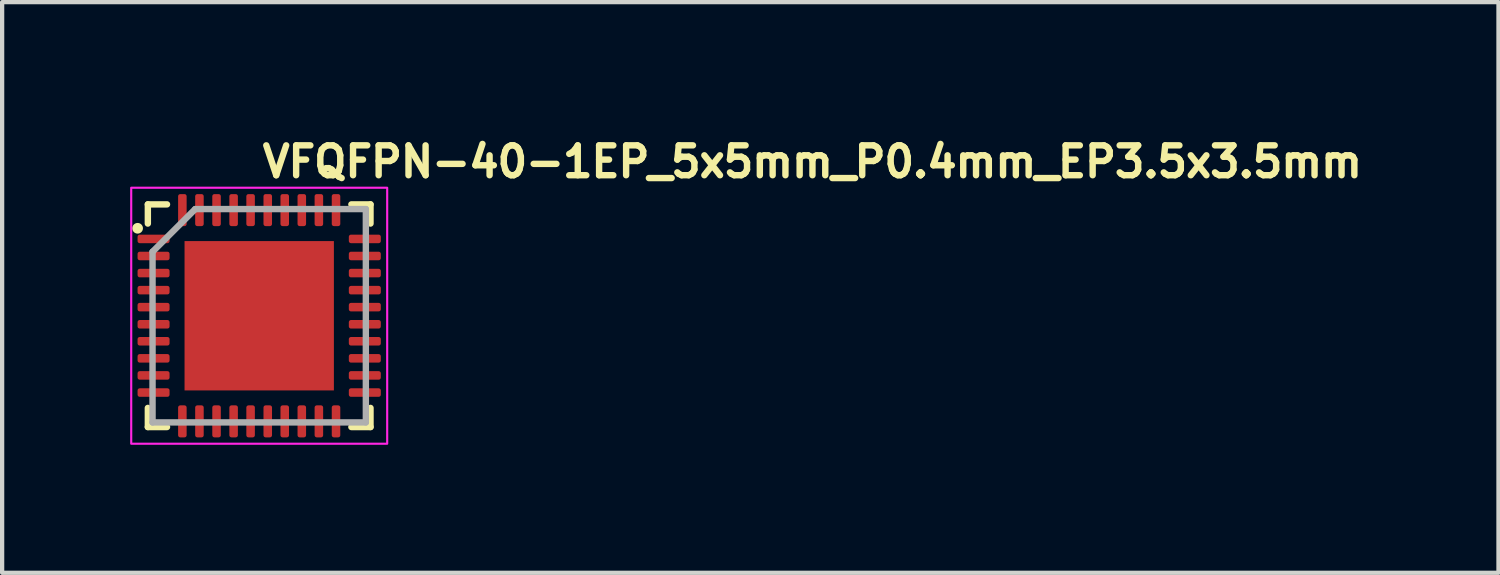
<source format=kicad_pcb>
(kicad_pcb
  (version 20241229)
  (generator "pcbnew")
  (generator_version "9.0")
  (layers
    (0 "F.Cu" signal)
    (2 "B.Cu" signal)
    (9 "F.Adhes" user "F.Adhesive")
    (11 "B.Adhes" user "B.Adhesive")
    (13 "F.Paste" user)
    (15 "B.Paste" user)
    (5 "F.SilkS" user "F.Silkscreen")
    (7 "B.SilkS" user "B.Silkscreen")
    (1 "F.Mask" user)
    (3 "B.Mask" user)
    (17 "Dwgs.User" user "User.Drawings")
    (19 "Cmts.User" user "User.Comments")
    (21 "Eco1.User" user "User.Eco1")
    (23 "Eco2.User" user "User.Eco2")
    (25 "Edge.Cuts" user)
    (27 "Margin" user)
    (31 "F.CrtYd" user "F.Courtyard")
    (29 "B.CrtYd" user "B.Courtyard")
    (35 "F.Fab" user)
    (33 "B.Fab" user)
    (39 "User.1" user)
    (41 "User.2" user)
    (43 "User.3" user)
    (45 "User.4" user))
  (footprint "VFQFPN-40-1EP_5x5mm_P0.4mm_EP3.5x3.5mm"
    (layer "F.Cu")
    (at 3.025 4.35)
    (property "Reference" "VFQFPN-40-1EP_5x5mm_P0.4mm_EP3.5x3.5mm" (at 0 -3.2 0) (layer "F.SilkS") (effects (font (size 0.7 0.7) (thickness 0.15)) (justify left bottom)))
    (attr smd)
    (fp_line (start -2.61 -2.161) (end -2.61 -2.61) (stroke (width 0.15) (type solid)) (layer "F.SilkS"))
    (fp_line (start -2.61 2.608) (end -2.61 2.16) (stroke (width 0.15) (type solid)) (layer "F.SilkS"))
    (fp_line (start -2.161 -2.61) (end -2.61 -2.61) (stroke (width 0.15) (type solid)) (layer "F.SilkS"))
    (fp_line (start -2.161 2.608) (end -2.61 2.608) (stroke (width 0.15) (type solid)) (layer "F.SilkS"))
    (fp_line (start 2.16 -2.61) (end 2.608 -2.61) (stroke (width 0.15) (type solid)) (layer "F.SilkS"))
    (fp_line (start 2.16 2.608) (end 2.608 2.608) (stroke (width 0.15) (type solid)) (layer "F.SilkS"))
    (fp_line (start 2.608 -2.61) (end 2.608 -2.161) (stroke (width 0.15) (type solid)) (layer "F.SilkS"))
    (fp_line (start 2.608 2.608) (end 2.608 2.16) (stroke (width 0.15) (type solid)) (layer "F.SilkS"))
    (fp_circle (center -2.85 -2.05) (end -2.8 -2.05) (stroke (width 0.15) (type solid)) (fill yes) (layer "F.SilkS"))
    (fp_rect (start -3 -3) (end 2.999 2.999) (stroke (width 0.05) (type solid)) (fill no) (layer "F.CrtYd"))
    (fp_line (start -2.5 -1.5) (end -1.5 -2.5) (stroke (width 0.15) (type solid)) (layer "F.Fab"))
    (fp_line (start -2.5 2.499) (end -2.5 -1.5) (stroke (width 0.15) (type solid)) (layer "F.Fab"))
    (fp_line (start -1.5 -2.5) (end 2.499 -2.5) (stroke (width 0.15) (type solid)) (layer "F.Fab"))
    (fp_line (start 2.499 -2.5) (end 2.499 2.499) (stroke (width 0.15) (type solid)) (layer "F.Fab"))
    (fp_line (start 2.499 2.499) (end -2.5 2.499) (stroke (width 0.15) (type solid)) (layer "F.Fab"))
    (fp_rect (start -2.5 -2.5) (end 2.499 2.499) (stroke (width 0.1) (type solid)) (fill no) (layer "User.5"))
    (fp_line (start -2.5 -1.901) (end -2.5 -1.7) (stroke (width 0.02) (type solid)) (layer "User.9"))
    (fp_line (start -2.5 -1.7) (end -2.492 -1.7) (stroke (width 0.02) (type solid)) (layer "User.9"))
    (fp_line (start -2.5 -1.5) (end -2.5 -1.301) (stroke (width 0.02) (type solid)) (layer "User.9"))
    (fp_line (start -2.5 -1.301) (end -2.492 -1.301) (stroke (width 0.02) (type solid)) (layer "User.9"))
    (fp_line (start -2.5 -1.101) (end -2.5 -0.902) (stroke (width 0.02) (type solid)) (layer "User.9"))
    (fp_line (start -2.5 -0.902) (end -2.492 -0.902) (stroke (width 0.02) (type solid)) (layer "User.9"))
    (fp_line (start -2.5 -0.701) (end -2.5 -0.5) (stroke (width 0.02) (type solid)) (layer "User.9"))
    (fp_line (start -2.5 -0.5) (end -2.492 -0.5) (stroke (width 0.02) (type solid)) (layer "User.9"))
    (fp_line (start -2.5 -0.3) (end -2.5 -0.102) (stroke (width 0.02) (type solid)) (layer "User.9"))
    (fp_line (start -2.5 -0.102) (end -2.492 -0.102) (stroke (width 0.02) (type solid)) (layer "User.9"))
    (fp_line (start -2.5 0.1) (end -2.5 0.298) (stroke (width 0.02) (type solid)) (layer "User.9"))
    (fp_line (start -2.5 0.298) (end -2.492 0.298) (stroke (width 0.02) (type solid)) (layer "User.9"))
    (fp_line (start -2.5 0.498) (end -2.5 0.699) (stroke (width 0.02) (type solid)) (layer "User.9"))
    (fp_line (start -2.5 0.699) (end -2.492 0.699) (stroke (width 0.02) (type solid)) (layer "User.9"))
    (fp_line (start -2.5 0.9) (end -2.5 1.1) (stroke (width 0.02) (type solid)) (layer "User.9"))
    (fp_line (start -2.5 1.1) (end -2.492 1.1) (stroke (width 0.02) (type solid)) (layer "User.9"))
    (fp_line (start -2.5 1.3) (end -2.5 1.499) (stroke (width 0.02) (type solid)) (layer "User.9"))
    (fp_line (start -2.5 1.499) (end -2.492 1.499) (stroke (width 0.02) (type solid)) (layer "User.9"))
    (fp_line (start -2.5 1.699) (end -2.5 1.898) (stroke (width 0.02) (type solid)) (layer "User.9"))
    (fp_line (start -2.5 1.898) (end -2.492 1.898) (stroke (width 0.02) (type solid)) (layer "User.9"))
    (fp_line (start -2.492 -2.492) (end -2.492 2.49) (stroke (width 0.02) (type solid)) (layer "User.9"))
    (fp_line (start -2.492 -2.492) (end 2.49 -2.492) (stroke (width 0.02) (type solid)) (layer "User.9"))
    (fp_line (start -2.492 -1.901) (end -2.5 -1.901) (stroke (width 0.02) (type solid)) (layer "User.9"))
    (fp_line (start -2.492 -1.5) (end -2.5 -1.5) (stroke (width 0.02) (type solid)) (layer "User.9"))
    (fp_line (start -2.492 -1.101) (end -2.5 -1.101) (stroke (width 0.02) (type solid)) (layer "User.9"))
    (fp_line (start -2.492 -0.701) (end -2.5 -0.701) (stroke (width 0.02) (type solid)) (layer "User.9"))
    (fp_line (start -2.492 -0.3) (end -2.5 -0.3) (stroke (width 0.02) (type solid)) (layer "User.9"))
    (fp_line (start -2.492 0.1) (end -2.5 0.1) (stroke (width 0.02) (type solid)) (layer "User.9"))
    (fp_line (start -2.492 0.498) (end -2.5 0.498) (stroke (width 0.02) (type solid)) (layer "User.9"))
    (fp_line (start -2.492 0.9) (end -2.5 0.9) (stroke (width 0.02) (type solid)) (layer "User.9"))
    (fp_line (start -2.492 1.3) (end -2.5 1.3) (stroke (width 0.02) (type solid)) (layer "User.9"))
    (fp_line (start -2.492 1.699) (end -2.5 1.699) (stroke (width 0.02) (type solid)) (layer "User.9"))
    (fp_line (start -2.492 2.49) (end 2.49 2.49) (stroke (width 0.02) (type solid)) (layer "User.9"))
    (fp_line (start -2.05 -1.813) (end -2.05 -1.801) (stroke (width 0.02) (type solid)) (layer "User.9"))
    (fp_line (start -2.05 -1.801) (end -2.05 -1.801) (stroke (width 0.02) (type solid)) (layer "User.9"))
    (fp_line (start -2.05 -1.801) (end -2.05 -1.788) (stroke (width 0.02) (type solid)) (layer "User.9"))
    (fp_line (start -2.05 -1.788) (end -2.049 -1.776) (stroke (width 0.02) (type solid)) (layer "User.9"))
    (fp_line (start -2.049 -1.827) (end -2.05 -1.813) (stroke (width 0.02) (type solid)) (layer "User.9"))
    (fp_line (start -2.049 -1.776) (end -2.048 -1.762) (stroke (width 0.02) (type solid)) (layer "User.9"))
    (fp_line (start -2.048 -1.839) (end -2.049 -1.827) (stroke (width 0.02) (type solid)) (layer "User.9"))
    (fp_line (start -2.048 -1.762) (end -2.045 -1.75) (stroke (width 0.02) (type solid)) (layer "User.9"))
    (fp_line (start -2.045 -1.851) (end -2.048 -1.839) (stroke (width 0.02) (type solid)) (layer "User.9"))
    (fp_line (start -2.045 -1.75) (end -2.044 -1.738) (stroke (width 0.02) (type solid)) (layer "User.9"))
    (fp_line (start -2.044 -1.863) (end -2.045 -1.851) (stroke (width 0.02) (type solid)) (layer "User.9"))
    (fp_line (start -2.044 -1.738) (end -2.04 -1.726) (stroke (width 0.02) (type solid)) (layer "User.9"))
    (fp_line (start -2.04 -1.875) (end -2.044 -1.863) (stroke (width 0.02) (type solid)) (layer "User.9"))
    (fp_line (start -2.04 -1.726) (end -2.036 -1.716) (stroke (width 0.02) (type solid)) (layer "User.9"))
    (fp_line (start -2.036 -1.887) (end -2.04 -1.875) (stroke (width 0.02) (type solid)) (layer "User.9"))
    (fp_line (start -2.036 -1.716) (end -2.032 -1.704) (stroke (width 0.02) (type solid)) (layer "User.9"))
    (fp_line (start -2.032 -1.899) (end -2.036 -1.887) (stroke (width 0.02) (type solid)) (layer "User.9"))
    (fp_line (start -2.032 -1.704) (end -2.027 -1.692) (stroke (width 0.02) (type solid)) (layer "User.9"))
    (fp_line (start -2.027 -1.909) (end -2.032 -1.899) (stroke (width 0.02) (type solid)) (layer "User.9"))
    (fp_line (start -2.027 -1.692) (end -2.02 -1.682) (stroke (width 0.02) (type solid)) (layer "User.9"))
    (fp_line (start -2.02 -1.92) (end -2.027 -1.909) (stroke (width 0.02) (type solid)) (layer "User.9"))
    (fp_line (start -2.02 -1.682) (end -2.015 -1.672) (stroke (width 0.02) (type solid)) (layer "User.9"))
    (fp_line (start -2.015 -1.93) (end -2.02 -1.92) (stroke (width 0.02) (type solid)) (layer "User.9"))
    (fp_line (start -2.015 -1.672) (end -2.008 -1.661) (stroke (width 0.02) (type solid)) (layer "User.9"))
    (fp_line (start -2.008 -1.94) (end -2.015 -1.93) (stroke (width 0.02) (type solid)) (layer "User.9"))
    (fp_line (start -2.008 -1.661) (end -2.001 -1.651) (stroke (width 0.02) (type solid)) (layer "User.9"))
    (fp_line (start -2.001 -1.95) (end -2.008 -1.94) (stroke (width 0.02) (type solid)) (layer "User.9"))
    (fp_line (start -2.001 -1.651) (end -1.994 -1.641) (stroke (width 0.02) (type solid)) (layer "User.9"))
    (fp_line (start -1.994 -1.96) (end -2.001 -1.95) (stroke (width 0.02) (type solid)) (layer "User.9"))
    (fp_line (start -1.994 -1.641) (end -1.986 -1.633) (stroke (width 0.02) (type solid)) (layer "User.9"))
    (fp_line (start -1.986 -1.97) (end -1.994 -1.96) (stroke (width 0.02) (type solid)) (layer "User.9"))
    (fp_line (start -1.986 -1.633) (end -1.978 -1.625) (stroke (width 0.02) (type solid)) (layer "User.9"))
    (fp_line (start -1.978 -1.978) (end -1.986 -1.97) (stroke (width 0.02) (type solid)) (layer "User.9"))
    (fp_line (start -1.978 -1.625) (end -1.97 -1.615) (stroke (width 0.02) (type solid)) (layer "User.9"))
    (fp_line (start -1.97 -1.986) (end -1.978 -1.978) (stroke (width 0.02) (type solid)) (layer "User.9"))
    (fp_line (start -1.97 -1.615) (end -1.96 -1.609) (stroke (width 0.02) (type solid)) (layer "User.9"))
    (fp_line (start -1.96 -1.994) (end -1.97 -1.986) (stroke (width 0.02) (type solid)) (layer "User.9"))
    (fp_line (start -1.96 -1.609) (end -1.95 -1.601) (stroke (width 0.02) (type solid)) (layer "User.9"))
    (fp_line (start -1.95 -2.001) (end -1.96 -1.994) (stroke (width 0.02) (type solid)) (layer "User.9"))
    (fp_line (start -1.95 -1.601) (end -1.94 -1.593) (stroke (width 0.02) (type solid)) (layer "User.9"))
    (fp_line (start -1.94 -2.008) (end -1.95 -2.001) (stroke (width 0.02) (type solid)) (layer "User.9"))
    (fp_line (start -1.94 -1.593) (end -1.93 -1.587) (stroke (width 0.02) (type solid)) (layer "User.9"))
    (fp_line (start -1.93 -2.015) (end -1.94 -2.008) (stroke (width 0.02) (type solid)) (layer "User.9"))
    (fp_line (start -1.93 -1.587) (end -1.92 -1.581) (stroke (width 0.02) (type solid)) (layer "User.9"))
    (fp_line (start -1.92 -2.02) (end -1.93 -2.015) (stroke (width 0.02) (type solid)) (layer "User.9"))
    (fp_line (start -1.92 -1.581) (end -1.909 -1.575) (stroke (width 0.02) (type solid)) (layer "User.9"))
    (fp_line (start -1.909 -2.027) (end -1.92 -2.02) (stroke (width 0.02) (type solid)) (layer "User.9"))
    (fp_line (start -1.909 -1.575) (end -1.899 -1.571) (stroke (width 0.02) (type solid)) (layer "User.9"))
    (fp_line (start -1.901 -2.5) (end -1.901 -2.492) (stroke (width 0.02) (type solid)) (layer "User.9"))
    (fp_line (start -1.901 2.49) (end -1.901 2.499) (stroke (width 0.02) (type solid)) (layer "User.9"))
    (fp_line (start -1.901 2.499) (end -1.7 2.499) (stroke (width 0.02) (type solid)) (layer "User.9"))
    (fp_line (start -1.899 -2.032) (end -1.909 -2.027) (stroke (width 0.02) (type solid)) (layer "User.9"))
    (fp_line (start -1.899 -1.571) (end -1.887 -1.567) (stroke (width 0.02) (type solid)) (layer "User.9"))
    (fp_line (start -1.887 -2.036) (end -1.899 -2.032) (stroke (width 0.02) (type solid)) (layer "User.9"))
    (fp_line (start -1.887 -1.567) (end -1.875 -1.563) (stroke (width 0.02) (type solid)) (layer "User.9"))
    (fp_line (start -1.875 -2.04) (end -1.887 -2.036) (stroke (width 0.02) (type solid)) (layer "User.9"))
    (fp_line (start -1.875 -1.563) (end -1.863 -1.559) (stroke (width 0.02) (type solid)) (layer "User.9"))
    (fp_line (start -1.863 -2.044) (end -1.875 -2.04) (stroke (width 0.02) (type solid)) (layer "User.9"))
    (fp_line (start -1.863 -1.559) (end -1.851 -1.557) (stroke (width 0.02) (type solid)) (layer "User.9"))
    (fp_line (start -1.851 -2.045) (end -1.863 -2.044) (stroke (width 0.02) (type solid)) (layer "User.9"))
    (fp_line (start -1.851 -1.557) (end -1.839 -1.553) (stroke (width 0.02) (type solid)) (layer "User.9"))
    (fp_line (start -1.839 -2.048) (end -1.851 -2.045) (stroke (width 0.02) (type solid)) (layer "User.9"))
    (fp_line (start -1.839 -1.553) (end -1.827 -1.553) (stroke (width 0.02) (type solid)) (layer "User.9"))
    (fp_line (start -1.827 -2.049) (end -1.839 -2.048) (stroke (width 0.02) (type solid)) (layer "User.9"))
    (fp_line (start -1.827 -1.553) (end -1.813 -1.551) (stroke (width 0.02) (type solid)) (layer "User.9"))
    (fp_line (start -1.813 -2.05) (end -1.827 -2.049) (stroke (width 0.02) (type solid)) (layer "User.9"))
    (fp_line (start -1.813 -1.551) (end -1.801 -1.551) (stroke (width 0.02) (type solid)) (layer "User.9"))
    (fp_line (start -1.801 -2.05) (end -1.813 -2.05) (stroke (width 0.02) (type solid)) (layer "User.9"))
    (fp_line (start -1.801 -2.05) (end -1.801 -2.05) (stroke (width 0.02) (type solid)) (layer "User.9"))
    (fp_line (start -1.801 -1.551) (end -1.801 -1.551) (stroke (width 0.02) (type solid)) (layer "User.9"))
    (fp_line (start -1.801 -1.551) (end -1.788 -1.551) (stroke (width 0.02) (type solid)) (layer "User.9"))
    (fp_line (start -1.788 -2.05) (end -1.801 -2.05) (stroke (width 0.02) (type solid)) (layer "User.9"))
    (fp_line (start -1.788 -1.551) (end -1.776 -1.553) (stroke (width 0.02) (type solid)) (layer "User.9"))
    (fp_line (start -1.776 -2.049) (end -1.788 -2.05) (stroke (width 0.02) (type solid)) (layer "User.9"))
    (fp_line (start -1.776 -1.553) (end -1.762 -1.553) (stroke (width 0.02) (type solid)) (layer "User.9"))
    (fp_line (start -1.762 -2.048) (end -1.776 -2.049) (stroke (width 0.02) (type solid)) (layer "User.9"))
    (fp_line (start -1.762 -1.553) (end -1.75 -1.557) (stroke (width 0.02) (type solid)) (layer "User.9"))
    (fp_line (start -1.75 -2.045) (end -1.762 -2.048) (stroke (width 0.02) (type solid)) (layer "User.9"))
    (fp_line (start -1.75 -1.557) (end -1.738 -1.559) (stroke (width 0.02) (type solid)) (layer "User.9"))
    (fp_line (start -1.738 -2.044) (end -1.75 -2.045) (stroke (width 0.02) (type solid)) (layer "User.9"))
    (fp_line (start -1.738 -1.559) (end -1.726 -1.563) (stroke (width 0.02) (type solid)) (layer "User.9"))
    (fp_line (start -1.726 -2.04) (end -1.738 -2.044) (stroke (width 0.02) (type solid)) (layer "User.9"))
    (fp_line (start -1.726 -1.563) (end -1.716 -1.567) (stroke (width 0.02) (type solid)) (layer "User.9"))
    (fp_line (start -1.716 -2.036) (end -1.726 -2.04) (stroke (width 0.02) (type solid)) (layer "User.9"))
    (fp_line (start -1.716 -1.567) (end -1.704 -1.571) (stroke (width 0.02) (type solid)) (layer "User.9"))
    (fp_line (start -1.704 -2.032) (end -1.716 -2.036) (stroke (width 0.02) (type solid)) (layer "User.9"))
    (fp_line (start -1.704 -1.571) (end -1.692 -1.575) (stroke (width 0.02) (type solid)) (layer "User.9"))
    (fp_line (start -1.7 -2.5) (end -1.901 -2.5) (stroke (width 0.02) (type solid)) (layer "User.9"))
    (fp_line (start -1.7 -2.492) (end -1.7 -2.5) (stroke (width 0.02) (type solid)) (layer "User.9"))
    (fp_line (start -1.7 2.499) (end -1.7 2.49) (stroke (width 0.02) (type solid)) (layer "User.9"))
    (fp_line (start -1.692 -2.027) (end -1.704 -2.032) (stroke (width 0.02) (type solid)) (layer "User.9"))
    (fp_line (start -1.692 -1.575) (end -1.682 -1.581) (stroke (width 0.02) (type solid)) (layer "User.9"))
    (fp_line (start -1.682 -2.02) (end -1.692 -2.027) (stroke (width 0.02) (type solid)) (layer "User.9"))
    (fp_line (start -1.682 -1.581) (end -1.672 -1.587) (stroke (width 0.02) (type solid)) (layer "User.9"))
    (fp_line (start -1.672 -2.015) (end -1.682 -2.02) (stroke (width 0.02) (type solid)) (layer "User.9"))
    (fp_line (start -1.672 -1.587) (end -1.661 -1.593) (stroke (width 0.02) (type solid)) (layer "User.9"))
    (fp_line (start -1.661 -2.008) (end -1.672 -2.015) (stroke (width 0.02) (type solid)) (layer "User.9"))
    (fp_line (start -1.661 -1.593) (end -1.651 -1.601) (stroke (width 0.02) (type solid)) (layer "User.9"))
    (fp_line (start -1.651 -2.001) (end -1.661 -2.008) (stroke (width 0.02) (type solid)) (layer "User.9"))
    (fp_line (start -1.651 -1.601) (end -1.641 -1.609) (stroke (width 0.02) (type solid)) (layer "User.9"))
    (fp_line (start -1.641 -1.994) (end -1.651 -2.001) (stroke (width 0.02) (type solid)) (layer "User.9"))
    (fp_line (start -1.641 -1.609) (end -1.633 -1.615) (stroke (width 0.02) (type solid)) (layer "User.9"))
    (fp_line (start -1.633 -1.986) (end -1.641 -1.994) (stroke (width 0.02) (type solid)) (layer "User.9"))
    (fp_line (start -1.633 -1.615) (end -1.625 -1.625) (stroke (width 0.02) (type solid)) (layer "User.9"))
    (fp_line (start -1.625 -1.978) (end -1.633 -1.986) (stroke (width 0.02) (type solid)) (layer "User.9"))
    (fp_line (start -1.625 -1.625) (end -1.615 -1.633) (stroke (width 0.02) (type solid)) (layer "User.9"))
    (fp_line (start -1.615 -1.97) (end -1.625 -1.978) (stroke (width 0.02) (type solid)) (layer "User.9"))
    (fp_line (start -1.615 -1.633) (end -1.609 -1.641) (stroke (width 0.02) (type solid)) (layer "User.9"))
    (fp_line (start -1.609 -1.96) (end -1.615 -1.97) (stroke (width 0.02) (type solid)) (layer "User.9"))
    (fp_line (start -1.609 -1.641) (end -1.601 -1.651) (stroke (width 0.02) (type solid)) (layer "User.9"))
    (fp_line (start -1.601 -1.95) (end -1.609 -1.96) (stroke (width 0.02) (type solid)) (layer "User.9"))
    (fp_line (start -1.601 -1.651) (end -1.593 -1.661) (stroke (width 0.02) (type solid)) (layer "User.9"))
    (fp_line (start -1.593 -1.94) (end -1.601 -1.95) (stroke (width 0.02) (type solid)) (layer "User.9"))
    (fp_line (start -1.593 -1.661) (end -1.587 -1.672) (stroke (width 0.02) (type solid)) (layer "User.9"))
    (fp_line (start -1.587 -1.93) (end -1.593 -1.94) (stroke (width 0.02) (type solid)) (layer "User.9"))
    (fp_line (start -1.587 -1.672) (end -1.581 -1.682) (stroke (width 0.02) (type solid)) (layer "User.9"))
    (fp_line (start -1.581 -1.92) (end -1.587 -1.93) (stroke (width 0.02) (type solid)) (layer "User.9"))
    (fp_line (start -1.581 -1.682) (end -1.575 -1.692) (stroke (width 0.02) (type solid)) (layer "User.9"))
    (fp_line (start -1.575 -1.909) (end -1.581 -1.92) (stroke (width 0.02) (type solid)) (layer "User.9"))
    (fp_line (start -1.575 -1.692) (end -1.571 -1.704) (stroke (width 0.02) (type solid)) (layer "User.9"))
    (fp_line (start -1.571 -1.899) (end -1.575 -1.909) (stroke (width 0.02) (type solid)) (layer "User.9"))
    (fp_line (start -1.571 -1.704) (end -1.567 -1.716) (stroke (width 0.02) (type solid)) (layer "User.9"))
    (fp_line (start -1.567 -1.887) (end -1.571 -1.899) (stroke (width 0.02) (type solid)) (layer "User.9"))
    (fp_line (start -1.567 -1.716) (end -1.563 -1.726) (stroke (width 0.02) (type solid)) (layer "User.9"))
    (fp_line (start -1.563 -1.875) (end -1.567 -1.887) (stroke (width 0.02) (type solid)) (layer "User.9"))
    (fp_line (start -1.563 -1.726) (end -1.559 -1.738) (stroke (width 0.02) (type solid)) (layer "User.9"))
    (fp_line (start -1.559 -1.863) (end -1.563 -1.875) (stroke (width 0.02) (type solid)) (layer "User.9"))
    (fp_line (start -1.559 -1.738) (end -1.557 -1.75) (stroke (width 0.02) (type solid)) (layer "User.9"))
    (fp_line (start -1.557 -1.851) (end -1.559 -1.863) (stroke (width 0.02) (type solid)) (layer "User.9"))
    (fp_line (start -1.557 -1.75) (end -1.553 -1.762) (stroke (width 0.02) (type solid)) (layer "User.9"))
    (fp_line (start -1.553 -1.839) (end -1.557 -1.851) (stroke (width 0.02) (type solid)) (layer "User.9"))
    (fp_line (start -1.553 -1.827) (end -1.553 -1.839) (stroke (width 0.02) (type solid)) (layer "User.9"))
    (fp_line (start -1.553 -1.776) (end -1.551 -1.788) (stroke (width 0.02) (type solid)) (layer "User.9"))
    (fp_line (start -1.553 -1.762) (end -1.553 -1.776) (stroke (width 0.02) (type solid)) (layer "User.9"))
    (fp_line (start -1.551 -1.813) (end -1.553 -1.827) (stroke (width 0.02) (type solid)) (layer "User.9"))
    (fp_line (start -1.551 -1.801) (end -1.551 -1.813) (stroke (width 0.02) (type solid)) (layer "User.9"))
    (fp_line (start -1.551 -1.801) (end -1.551 -1.801) (stroke (width 0.02) (type solid)) (layer "User.9"))
    (fp_line (start -1.551 -1.801) (end -1.551 -1.801) (stroke (width 0.02) (type solid)) (layer "User.9"))
    (fp_line (start -1.551 -1.788) (end -1.551 -1.801) (stroke (width 0.02) (type solid)) (layer "User.9"))
    (fp_line (start -1.5 -2.5) (end -1.5 -2.492) (stroke (width 0.02) (type solid)) (layer "User.9"))
    (fp_line (start -1.5 2.49) (end -1.5 2.499) (stroke (width 0.02) (type solid)) (layer "User.9"))
    (fp_line (start -1.5 2.499) (end -1.301 2.499) (stroke (width 0.02) (type solid)) (layer "User.9"))
    (fp_line (start -1.301 -2.5) (end -1.5 -2.5) (stroke (width 0.02) (type solid)) (layer "User.9"))
    (fp_line (start -1.301 -2.492) (end -1.301 -2.5) (stroke (width 0.02) (type solid)) (layer "User.9"))
    (fp_line (start -1.301 2.499) (end -1.301 2.49) (stroke (width 0.02) (type solid)) (layer "User.9"))
    (fp_line (start -1.101 -2.5) (end -1.101 -2.492) (stroke (width 0.02) (type solid)) (layer "User.9"))
    (fp_line (start -1.101 2.49) (end -1.101 2.499) (stroke (width 0.02) (type solid)) (layer "User.9"))
    (fp_line (start -1.101 2.499) (end -0.902 2.499) (stroke (width 0.02) (type solid)) (layer "User.9"))
    (fp_line (start -0.902 -2.5) (end -1.101 -2.5) (stroke (width 0.02) (type solid)) (layer "User.9"))
    (fp_line (start -0.902 -2.492) (end -0.902 -2.5) (stroke (width 0.02) (type solid)) (layer "User.9"))
    (fp_line (start -0.902 2.499) (end -0.902 2.49) (stroke (width 0.02) (type solid)) (layer "User.9"))
    (fp_line (start -0.701 -2.5) (end -0.701 -2.492) (stroke (width 0.02) (type solid)) (layer "User.9"))
    (fp_line (start -0.701 2.49) (end -0.701 2.499) (stroke (width 0.02) (type solid)) (layer "User.9"))
    (fp_line (start -0.701 2.499) (end -0.5 2.499) (stroke (width 0.02) (type solid)) (layer "User.9"))
    (fp_line (start -0.5 -2.5) (end -0.701 -2.5) (stroke (width 0.02) (type solid)) (layer "User.9"))
    (fp_line (start -0.5 -2.492) (end -0.5 -2.5) (stroke (width 0.02) (type solid)) (layer "User.9"))
    (fp_line (start -0.5 2.499) (end -0.5 2.49) (stroke (width 0.02) (type solid)) (layer "User.9"))
    (fp_line (start -0.3 -2.5) (end -0.3 -2.492) (stroke (width 0.02) (type solid)) (layer "User.9"))
    (fp_line (start -0.3 2.49) (end -0.3 2.499) (stroke (width 0.02) (type solid)) (layer "User.9"))
    (fp_line (start -0.3 2.499) (end -0.102 2.499) (stroke (width 0.02) (type solid)) (layer "User.9"))
    (fp_line (start -0.102 -2.5) (end -0.3 -2.5) (stroke (width 0.02) (type solid)) (layer "User.9"))
    (fp_line (start -0.102 -2.492) (end -0.102 -2.5) (stroke (width 0.02) (type solid)) (layer "User.9"))
    (fp_line (start -0.102 2.499) (end -0.102 2.49) (stroke (width 0.02) (type solid)) (layer "User.9"))
    (fp_line (start 0.1 -2.5) (end 0.1 -2.492) (stroke (width 0.02) (type solid)) (layer "User.9"))
    (fp_line (start 0.1 2.49) (end 0.1 2.499) (stroke (width 0.02) (type solid)) (layer "User.9"))
    (fp_line (start 0.1 2.499) (end 0.298 2.499) (stroke (width 0.02) (type solid)) (layer "User.9"))
    (fp_line (start 0.298 -2.5) (end 0.1 -2.5) (stroke (width 0.02) (type solid)) (layer "User.9"))
    (fp_line (start 0.298 -2.492) (end 0.298 -2.5) (stroke (width 0.02) (type solid)) (layer "User.9"))
    (fp_line (start 0.298 2.499) (end 0.298 2.49) (stroke (width 0.02) (type solid)) (layer "User.9"))
    (fp_line (start 0.498 -2.5) (end 0.498 -2.492) (stroke (width 0.02) (type solid)) (layer "User.9"))
    (fp_line (start 0.498 2.49) (end 0.498 2.499) (stroke (width 0.02) (type solid)) (layer "User.9"))
    (fp_line (start 0.498 2.499) (end 0.699 2.499) (stroke (width 0.02) (type solid)) (layer "User.9"))
    (fp_line (start 0.699 -2.5) (end 0.498 -2.5) (stroke (width 0.02) (type solid)) (layer "User.9"))
    (fp_line (start 0.699 -2.492) (end 0.699 -2.5) (stroke (width 0.02) (type solid)) (layer "User.9"))
    (fp_line (start 0.699 2.499) (end 0.699 2.49) (stroke (width 0.02) (type solid)) (layer "User.9"))
    (fp_line (start 0.9 -2.5) (end 0.9 -2.492) (stroke (width 0.02) (type solid)) (layer "User.9"))
    (fp_line (start 0.9 2.49) (end 0.9 2.499) (stroke (width 0.02) (type solid)) (layer "User.9"))
    (fp_line (start 0.9 2.499) (end 1.1 2.499) (stroke (width 0.02) (type solid)) (layer "User.9"))
    (fp_line (start 1.1 -2.5) (end 0.9 -2.5) (stroke (width 0.02) (type solid)) (layer "User.9"))
    (fp_line (start 1.1 -2.492) (end 1.1 -2.5) (stroke (width 0.02) (type solid)) (layer "User.9"))
    (fp_line (start 1.1 2.499) (end 1.1 2.49) (stroke (width 0.02) (type solid)) (layer "User.9"))
    (fp_line (start 1.3 -2.5) (end 1.3 -2.492) (stroke (width 0.02) (type solid)) (layer "User.9"))
    (fp_line (start 1.3 2.49) (end 1.3 2.499) (stroke (width 0.02) (type solid)) (layer "User.9"))
    (fp_line (start 1.3 2.499) (end 1.499 2.499) (stroke (width 0.02) (type solid)) (layer "User.9"))
    (fp_line (start 1.499 -2.5) (end 1.3 -2.5) (stroke (width 0.02) (type solid)) (layer "User.9"))
    (fp_line (start 1.499 -2.492) (end 1.499 -2.5) (stroke (width 0.02) (type solid)) (layer "User.9"))
    (fp_line (start 1.499 2.499) (end 1.499 2.49) (stroke (width 0.02) (type solid)) (layer "User.9"))
    (fp_line (start 1.699 -2.5) (end 1.699 -2.492) (stroke (width 0.02) (type solid)) (layer "User.9"))
    (fp_line (start 1.699 2.49) (end 1.699 2.499) (stroke (width 0.02) (type solid)) (layer "User.9"))
    (fp_line (start 1.699 2.499) (end 1.898 2.499) (stroke (width 0.02) (type solid)) (layer "User.9"))
    (fp_line (start 1.898 -2.5) (end 1.699 -2.5) (stroke (width 0.02) (type solid)) (layer "User.9"))
    (fp_line (start 1.898 -2.492) (end 1.898 -2.5) (stroke (width 0.02) (type solid)) (layer "User.9"))
    (fp_line (start 1.898 2.499) (end 1.898 2.49) (stroke (width 0.02) (type solid)) (layer "User.9"))
    (fp_line (start 2.49 -2.492) (end 2.49 2.49) (stroke (width 0.02) (type solid)) (layer "User.9"))
    (fp_line (start 2.49 -1.7) (end 2.499 -1.7) (stroke (width 0.02) (type solid)) (layer "User.9"))
    (fp_line (start 2.49 -1.301) (end 2.499 -1.301) (stroke (width 0.02) (type solid)) (layer "User.9"))
    (fp_line (start 2.49 -0.902) (end 2.499 -0.902) (stroke (width 0.02) (type solid)) (layer "User.9"))
    (fp_line (start 2.49 -0.5) (end 2.499 -0.5) (stroke (width 0.02) (type solid)) (layer "User.9"))
    (fp_line (start 2.49 -0.102) (end 2.499 -0.102) (stroke (width 0.02) (type solid)) (layer "User.9"))
    (fp_line (start 2.49 0.298) (end 2.499 0.298) (stroke (width 0.02) (type solid)) (layer "User.9"))
    (fp_line (start 2.49 0.699) (end 2.499 0.699) (stroke (width 0.02) (type solid)) (layer "User.9"))
    (fp_line (start 2.49 1.1) (end 2.499 1.1) (stroke (width 0.02) (type solid)) (layer "User.9"))
    (fp_line (start 2.49 1.499) (end 2.499 1.499) (stroke (width 0.02) (type solid)) (layer "User.9"))
    (fp_line (start 2.49 1.898) (end 2.499 1.898) (stroke (width 0.02) (type solid)) (layer "User.9"))
    (fp_line (start 2.499 -1.901) (end 2.49 -1.901) (stroke (width 0.02) (type solid)) (layer "User.9"))
    (fp_line (start 2.499 -1.7) (end 2.499 -1.901) (stroke (width 0.02) (type solid)) (layer "User.9"))
    (fp_line (start 2.499 -1.5) (end 2.49 -1.5) (stroke (width 0.02) (type solid)) (layer "User.9"))
    (fp_line (start 2.499 -1.301) (end 2.499 -1.5) (stroke (width 0.02) (type solid)) (layer "User.9"))
    (fp_line (start 2.499 -1.101) (end 2.49 -1.101) (stroke (width 0.02) (type solid)) (layer "User.9"))
    (fp_line (start 2.499 -0.902) (end 2.499 -1.101) (stroke (width 0.02) (type solid)) (layer "User.9"))
    (fp_line (start 2.499 -0.701) (end 2.49 -0.701) (stroke (width 0.02) (type solid)) (layer "User.9"))
    (fp_line (start 2.499 -0.5) (end 2.499 -0.701) (stroke (width 0.02) (type solid)) (layer "User.9"))
    (fp_line (start 2.499 -0.3) (end 2.49 -0.3) (stroke (width 0.02) (type solid)) (layer "User.9"))
    (fp_line (start 2.499 -0.102) (end 2.499 -0.3) (stroke (width 0.02) (type solid)) (layer "User.9"))
    (fp_line (start 2.499 0.1) (end 2.49 0.1) (stroke (width 0.02) (type solid)) (layer "User.9"))
    (fp_line (start 2.499 0.298) (end 2.499 0.1) (stroke (width 0.02) (type solid)) (layer "User.9"))
    (fp_line (start 2.499 0.498) (end 2.49 0.498) (stroke (width 0.02) (type solid)) (layer "User.9"))
    (fp_line (start 2.499 0.699) (end 2.499 0.498) (stroke (width 0.02) (type solid)) (layer "User.9"))
    (fp_line (start 2.499 0.9) (end 2.49 0.9) (stroke (width 0.02) (type solid)) (layer "User.9"))
    (fp_line (start 2.499 1.1) (end 2.499 0.9) (stroke (width 0.02) (type solid)) (layer "User.9"))
    (fp_line (start 2.499 1.3) (end 2.49 1.3) (stroke (width 0.02) (type solid)) (layer "User.9"))
    (fp_line (start 2.499 1.499) (end 2.499 1.3) (stroke (width 0.02) (type solid)) (layer "User.9"))
    (fp_line (start 2.499 1.699) (end 2.49 1.699) (stroke (width 0.02) (type solid)) (layer "User.9"))
    (fp_line (start 2.499 1.898) (end 2.499 1.699) (stroke (width 0.02) (type solid)) (layer "User.9"))
    (pad "" smd roundrect (at -1.1 -1.1) (size 0.8 0.8) (layers "F.Paste") (roundrect_rratio 0.245))
    (pad "" smd roundrect (at -1.1 0) (size 0.8 0.8) (layers "F.Paste") (roundrect_rratio 0.245))
    (pad "" smd roundrect (at -1.1 1.1) (size 0.8 0.8) (layers "F.Paste") (roundrect_rratio 0.245))
    (pad "" smd roundrect (at 0 -1.1) (size 0.8 0.8) (layers "F.Paste") (roundrect_rratio 0.245))
    (pad "" smd roundrect (at 0 0) (size 0.8 0.8) (layers "F.Paste") (roundrect_rratio 0.245))
    (pad "" smd roundrect (at 0 1.1) (size 0.8 0.8) (layers "F.Paste") (roundrect_rratio 0.245))
    (pad "" smd roundrect (at 1.1 -1.1) (size 0.8 0.8) (layers "F.Paste") (roundrect_rratio 0.245))
    (pad "" smd roundrect (at 1.1 0) (size 0.8 0.8) (layers "F.Paste") (roundrect_rratio 0.245))
    (pad "" smd roundrect (at 1.1 1.1) (size 0.8 0.8) (layers "F.Paste") (roundrect_rratio 0.245))
    (pad "1" smd roundrect (at -2.476 -1.801) (size 0.75 0.2) (layers "F.Cu" "F.Mask" "F.Paste") (roundrect_rratio 0.25))
    (pad "2" smd roundrect (at -2.476 -1.401) (size 0.75 0.2) (layers "F.Cu" "F.Mask" "F.Paste") (roundrect_rratio 0.25))
    (pad "3" smd roundrect (at -2.476 -1) (size 0.75 0.2) (layers "F.Cu" "F.Mask" "F.Paste") (roundrect_rratio 0.25))
    (pad "4" smd roundrect (at -2.476 -0.6) (size 0.75 0.2) (layers "F.Cu" "F.Mask" "F.Paste") (roundrect_rratio 0.25))
    (pad "5" smd roundrect (at -2.476 -0.202) (size 0.75 0.2) (layers "F.Cu" "F.Mask" "F.Paste") (roundrect_rratio 0.25))
    (pad "6" smd roundrect (at -2.476 0.2) (size 0.75 0.2) (layers "F.Cu" "F.Mask" "F.Paste") (roundrect_rratio 0.25))
    (pad "7" smd roundrect (at -2.476 0.598) (size 0.75 0.2) (layers "F.Cu" "F.Mask" "F.Paste") (roundrect_rratio 0.25))
    (pad "8" smd roundrect (at -2.476 0.998) (size 0.75 0.2) (layers "F.Cu" "F.Mask" "F.Paste") (roundrect_rratio 0.25))
    (pad "9" smd roundrect (at -2.476 1.398) (size 0.75 0.2) (layers "F.Cu" "F.Mask" "F.Paste") (roundrect_rratio 0.25))
    (pad "10" smd roundrect (at -2.476 1.8) (size 0.75 0.2) (layers "F.Cu" "F.Mask" "F.Paste") (roundrect_rratio 0.25))
    (pad "11" smd roundrect (at -1.801 2.475) (size 0.2 0.75) (layers "F.Cu" "F.Mask" "F.Paste") (roundrect_rratio 0.25))
    (pad "12" smd roundrect (at -1.401 2.475) (size 0.2 0.75) (layers "F.Cu" "F.Mask" "F.Paste") (roundrect_rratio 0.25))
    (pad "13" smd roundrect (at -1 2.475) (size 0.2 0.75) (layers "F.Cu" "F.Mask" "F.Paste") (roundrect_rratio 0.25))
    (pad "14" smd roundrect (at -0.6 2.475) (size 0.2 0.75) (layers "F.Cu" "F.Mask" "F.Paste") (roundrect_rratio 0.25))
    (pad "15" smd roundrect (at -0.202 2.475) (size 0.2 0.75) (layers "F.Cu" "F.Mask" "F.Paste") (roundrect_rratio 0.25))
    (pad "16" smd roundrect (at 0.2 2.475) (size 0.2 0.75) (layers "F.Cu" "F.Mask" "F.Paste") (roundrect_rratio 0.25))
    (pad "17" smd roundrect (at 0.598 2.475) (size 0.2 0.75) (layers "F.Cu" "F.Mask" "F.Paste") (roundrect_rratio 0.25))
    (pad "18" smd roundrect (at 0.998 2.475) (size 0.2 0.75) (layers "F.Cu" "F.Mask" "F.Paste") (roundrect_rratio 0.25))
    (pad "19" smd roundrect (at 1.398 2.475) (size 0.2 0.75) (layers "F.Cu" "F.Mask" "F.Paste") (roundrect_rratio 0.25))
    (pad "20" smd roundrect (at 1.8 2.475) (size 0.2 0.75) (layers "F.Cu" "F.Mask" "F.Paste") (roundrect_rratio 0.25))
    (pad "21" smd roundrect (at 2.475 1.8) (size 0.75 0.2) (layers "F.Cu" "F.Mask" "F.Paste") (roundrect_rratio 0.25))
    (pad "22" smd roundrect (at 2.475 1.398) (size 0.75 0.2) (layers "F.Cu" "F.Mask" "F.Paste") (roundrect_rratio 0.25))
    (pad "23" smd roundrect (at 2.475 0.998) (size 0.75 0.2) (layers "F.Cu" "F.Mask" "F.Paste") (roundrect_rratio 0.25))
    (pad "24" smd roundrect (at 2.475 0.598) (size 0.75 0.2) (layers "F.Cu" "F.Mask" "F.Paste") (roundrect_rratio 0.25))
    (pad "25" smd roundrect (at 2.475 0.2) (size 0.75 0.2) (layers "F.Cu" "F.Mask" "F.Paste") (roundrect_rratio 0.25))
    (pad "26" smd roundrect (at 2.475 -0.202) (size 0.75 0.2) (layers "F.Cu" "F.Mask" "F.Paste") (roundrect_rratio 0.25))
    (pad "27" smd roundrect (at 2.475 -0.6) (size 0.75 0.2) (layers "F.Cu" "F.Mask" "F.Paste") (roundrect_rratio 0.25))
    (pad "28" smd roundrect (at 2.475 -1) (size 0.75 0.2) (layers "F.Cu" "F.Mask" "F.Paste") (roundrect_rratio 0.25))
    (pad "29" smd roundrect (at 2.475 -1.401) (size 0.75 0.2) (layers "F.Cu" "F.Mask" "F.Paste") (roundrect_rratio 0.25))
    (pad "30" smd roundrect (at 2.475 -1.801) (size 0.75 0.2) (layers "F.Cu" "F.Mask" "F.Paste") (roundrect_rratio 0.25))
    (pad "31" smd roundrect (at 1.8 -2.476) (size 0.2 0.75) (layers "F.Cu" "F.Mask" "F.Paste") (roundrect_rratio 0.25))
    (pad "32" smd roundrect (at 1.398 -2.476) (size 0.2 0.75) (layers "F.Cu" "F.Mask" "F.Paste") (roundrect_rratio 0.25))
    (pad "33" smd roundrect (at 0.998 -2.476) (size 0.2 0.75) (layers "F.Cu" "F.Mask" "F.Paste") (roundrect_rratio 0.25))
    (pad "34" smd roundrect (at 0.598 -2.476) (size 0.2 0.75) (layers "F.Cu" "F.Mask" "F.Paste") (roundrect_rratio 0.25))
    (pad "35" smd roundrect (at 0.2 -2.476) (size 0.2 0.75) (layers "F.Cu" "F.Mask" "F.Paste") (roundrect_rratio 0.25))
    (pad "36" smd roundrect (at -0.202 -2.476) (size 0.2 0.75) (layers "F.Cu" "F.Mask" "F.Paste") (roundrect_rratio 0.25))
    (pad "37" smd roundrect (at -0.6 -2.476) (size 0.2 0.75) (layers "F.Cu" "F.Mask" "F.Paste") (roundrect_rratio 0.25))
    (pad "38" smd roundrect (at -1 -2.476) (size 0.2 0.75) (layers "F.Cu" "F.Mask" "F.Paste") (roundrect_rratio 0.25))
    (pad "39" smd roundrect (at -1.401 -2.476) (size 0.2 0.75) (layers "F.Cu" "F.Mask" "F.Paste") (roundrect_rratio 0.25))
    (pad "40" smd roundrect (at -1.801 -2.476) (size 0.2 0.75) (layers "F.Cu" "F.Mask" "F.Paste") (roundrect_rratio 0.25))
    (pad "41" smd rect (at 0 0) (size 3.5 3.5) (layers "F.Cu" "F.Mask")))
  (gr_rect
    (start -3 -3)
    (end 32.068 10.374)
    (stroke (width 0.1) (type default))
    (fill no)
    (layer "Edge.Cuts")))
</source>
